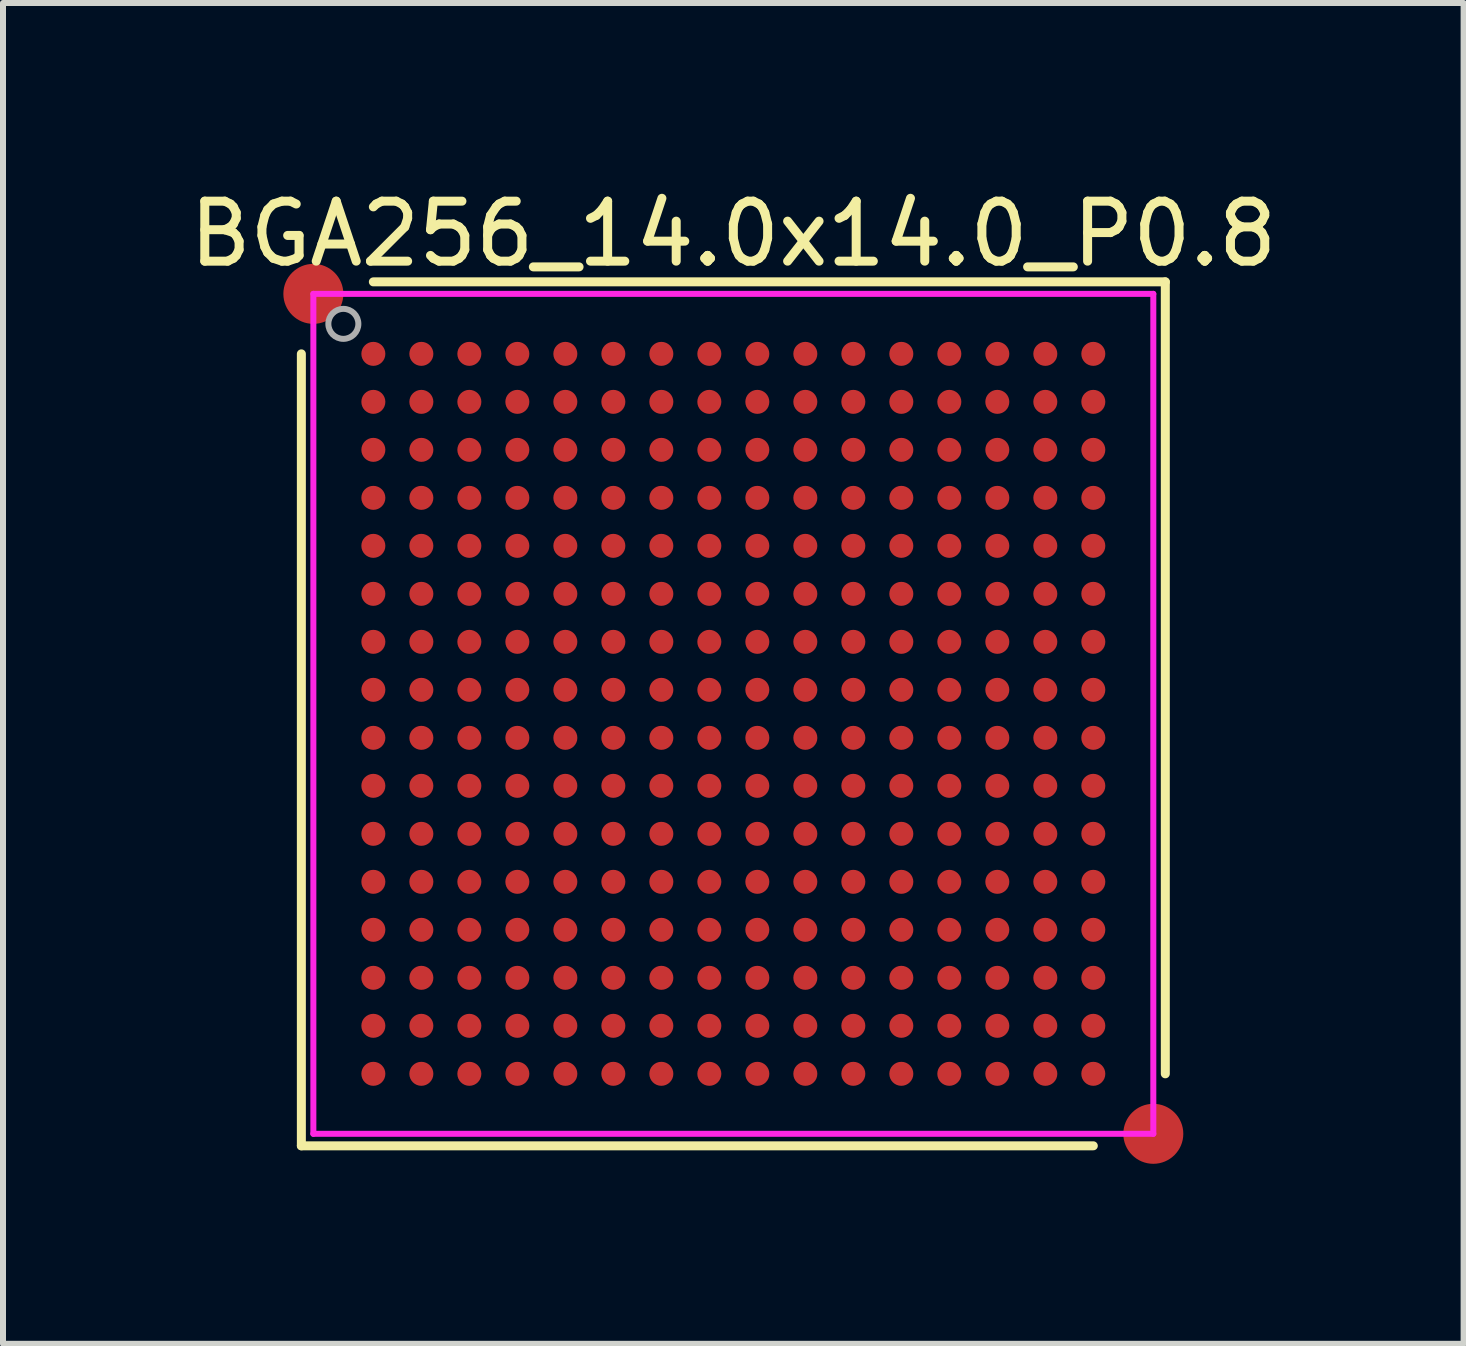
<source format=kicad_pcb>
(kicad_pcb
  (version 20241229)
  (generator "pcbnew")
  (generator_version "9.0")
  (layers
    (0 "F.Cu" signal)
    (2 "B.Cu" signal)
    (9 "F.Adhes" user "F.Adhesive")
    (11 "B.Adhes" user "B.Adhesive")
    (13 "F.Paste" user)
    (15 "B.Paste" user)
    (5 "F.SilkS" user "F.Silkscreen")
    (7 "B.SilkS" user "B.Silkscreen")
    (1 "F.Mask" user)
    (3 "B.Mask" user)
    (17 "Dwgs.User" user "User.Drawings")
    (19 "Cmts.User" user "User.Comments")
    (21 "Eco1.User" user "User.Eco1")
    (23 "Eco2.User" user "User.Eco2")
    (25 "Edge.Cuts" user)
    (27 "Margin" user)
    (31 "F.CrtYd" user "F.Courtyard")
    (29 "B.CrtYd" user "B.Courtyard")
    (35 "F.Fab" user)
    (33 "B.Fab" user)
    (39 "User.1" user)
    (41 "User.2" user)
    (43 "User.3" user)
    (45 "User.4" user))
  (footprint "BGA256_14.0x14.0_P0.8"
    (layer "F.Cu")
    (at 9.173 8.848)
    (property "Reference" "BGA256_14.0x14.0_P0.8" (at 0 -8 0) (layer "F.SilkS") (effects (font (size 1 1) (thickness 0.15))))
    (attr smd)
    (fp_line (start -7.2 7.2) (end -7.2 -6) (stroke (width 0.15) (type solid)) (layer "F.SilkS"))
    (fp_line (start -7.2 7.2) (end 6 7.2) (stroke (width 0.15) (type solid)) (layer "F.SilkS"))
    (fp_line (start -6 -7.2) (end 7.2 -7.2) (stroke (width 0.15) (type solid)) (layer "F.SilkS"))
    (fp_line (start 7.2 -7.2) (end 7.2 6) (stroke (width 0.15) (type solid)) (layer "F.SilkS"))
    (fp_line (start -7 -7) (end -7 7) (stroke (width 0.1) (type solid)) (layer "F.CrtYd"))
    (fp_line (start -7 7) (end 7 7) (stroke (width 0.1) (type solid)) (layer "F.CrtYd"))
    (fp_line (start 7 -7) (end -7 -7) (stroke (width 0.1) (type solid)) (layer "F.CrtYd"))
    (fp_line (start 7 7) (end 7 -7) (stroke (width 0.1) (type solid)) (layer "F.CrtYd"))
    (fp_circle (center -6.5 -6.5) (end -6.25 -6.5) (stroke (width 0.1) (type solid)) (fill no) (layer "F.Fab"))
    (pad "A1" smd circle (at -6 -6) (size 0.4 0.4) (layers "F.Cu" "F.Mask" "F.Paste"))
    (pad "A2" smd circle (at -5.2 -6) (size 0.4 0.4) (layers "F.Cu" "F.Mask" "F.Paste"))
    (pad "A3" smd circle (at -4.4 -6) (size 0.4 0.4) (layers "F.Cu" "F.Mask" "F.Paste"))
    (pad "A4" smd circle (at -3.6 -6) (size 0.4 0.4) (layers "F.Cu" "F.Mask" "F.Paste"))
    (pad "A5" smd circle (at -2.8 -6) (size 0.4 0.4) (layers "F.Cu" "F.Mask" "F.Paste"))
    (pad "A6" smd circle (at -2 -6) (size 0.4 0.4) (layers "F.Cu" "F.Mask" "F.Paste"))
    (pad "A7" smd circle (at -1.2 -6) (size 0.4 0.4) (layers "F.Cu" "F.Mask" "F.Paste"))
    (pad "A8" smd circle (at -0.4 -6) (size 0.4 0.4) (layers "F.Cu" "F.Mask" "F.Paste"))
    (pad "A9" smd circle (at 0.4 -6) (size 0.4 0.4) (layers "F.Cu" "F.Mask" "F.Paste"))
    (pad "A10" smd circle (at 1.2 -6) (size 0.4 0.4) (layers "F.Cu" "F.Mask" "F.Paste"))
    (pad "A11" smd circle (at 2 -6) (size 0.4 0.4) (layers "F.Cu" "F.Mask" "F.Paste"))
    (pad "A12" smd circle (at 2.8 -6) (size 0.4 0.4) (layers "F.Cu" "F.Mask" "F.Paste"))
    (pad "A13" smd circle (at 3.6 -6) (size 0.4 0.4) (layers "F.Cu" "F.Mask" "F.Paste"))
    (pad "A14" smd circle (at 4.4 -6) (size 0.4 0.4) (layers "F.Cu" "F.Mask" "F.Paste"))
    (pad "A15" smd circle (at 5.2 -6) (size 0.4 0.4) (layers "F.Cu" "F.Mask" "F.Paste"))
    (pad "A16" smd circle (at 6 -6) (size 0.4 0.4) (layers "F.Cu" "F.Mask" "F.Paste"))
    (pad "B1" smd circle (at -6 -5.2) (size 0.4 0.4) (layers "F.Cu" "F.Mask" "F.Paste"))
    (pad "B2" smd circle (at -5.2 -5.2) (size 0.4 0.4) (layers "F.Cu" "F.Mask" "F.Paste"))
    (pad "B3" smd circle (at -4.4 -5.2) (size 0.4 0.4) (layers "F.Cu" "F.Mask" "F.Paste"))
    (pad "B4" smd circle (at -3.6 -5.2) (size 0.4 0.4) (layers "F.Cu" "F.Mask" "F.Paste"))
    (pad "B5" smd circle (at -2.8 -5.2) (size 0.4 0.4) (layers "F.Cu" "F.Mask" "F.Paste"))
    (pad "B6" smd circle (at -2 -5.2) (size 0.4 0.4) (layers "F.Cu" "F.Mask" "F.Paste"))
    (pad "B7" smd circle (at -1.2 -5.2) (size 0.4 0.4) (layers "F.Cu" "F.Mask" "F.Paste"))
    (pad "B8" smd circle (at -0.4 -5.2) (size 0.4 0.4) (layers "F.Cu" "F.Mask" "F.Paste"))
    (pad "B9" smd circle (at 0.4 -5.2) (size 0.4 0.4) (layers "F.Cu" "F.Mask" "F.Paste"))
    (pad "B10" smd circle (at 1.2 -5.2) (size 0.4 0.4) (layers "F.Cu" "F.Mask" "F.Paste"))
    (pad "B11" smd circle (at 2 -5.2) (size 0.4 0.4) (layers "F.Cu" "F.Mask" "F.Paste"))
    (pad "B12" smd circle (at 2.8 -5.2) (size 0.4 0.4) (layers "F.Cu" "F.Mask" "F.Paste"))
    (pad "B13" smd circle (at 3.6 -5.2) (size 0.4 0.4) (layers "F.Cu" "F.Mask" "F.Paste"))
    (pad "B14" smd circle (at 4.4 -5.2) (size 0.4 0.4) (layers "F.Cu" "F.Mask" "F.Paste"))
    (pad "B15" smd circle (at 5.2 -5.2) (size 0.4 0.4) (layers "F.Cu" "F.Mask" "F.Paste"))
    (pad "B16" smd circle (at 6 -5.2) (size 0.4 0.4) (layers "F.Cu" "F.Mask" "F.Paste"))
    (pad "C1" smd circle (at -6 -4.4) (size 0.4 0.4) (layers "F.Cu" "F.Mask" "F.Paste"))
    (pad "C2" smd circle (at -5.2 -4.4) (size 0.4 0.4) (layers "F.Cu" "F.Mask" "F.Paste"))
    (pad "C3" smd circle (at -4.4 -4.4) (size 0.4 0.4) (layers "F.Cu" "F.Mask" "F.Paste"))
    (pad "C4" smd circle (at -3.6 -4.4) (size 0.4 0.4) (layers "F.Cu" "F.Mask" "F.Paste"))
    (pad "C5" smd circle (at -2.8 -4.4) (size 0.4 0.4) (layers "F.Cu" "F.Mask" "F.Paste"))
    (pad "C6" smd circle (at -2 -4.4) (size 0.4 0.4) (layers "F.Cu" "F.Mask" "F.Paste"))
    (pad "C7" smd circle (at -1.2 -4.4) (size 0.4 0.4) (layers "F.Cu" "F.Mask" "F.Paste"))
    (pad "C8" smd circle (at -0.4 -4.4) (size 0.4 0.4) (layers "F.Cu" "F.Mask" "F.Paste"))
    (pad "C9" smd circle (at 0.4 -4.4) (size 0.4 0.4) (layers "F.Cu" "F.Mask" "F.Paste"))
    (pad "C10" smd circle (at 1.2 -4.4) (size 0.4 0.4) (layers "F.Cu" "F.Mask" "F.Paste"))
    (pad "C11" smd circle (at 2 -4.4) (size 0.4 0.4) (layers "F.Cu" "F.Mask" "F.Paste"))
    (pad "C12" smd circle (at 2.8 -4.4) (size 0.4 0.4) (layers "F.Cu" "F.Mask" "F.Paste"))
    (pad "C13" smd circle (at 3.6 -4.4) (size 0.4 0.4) (layers "F.Cu" "F.Mask" "F.Paste"))
    (pad "C14" smd circle (at 4.4 -4.4) (size 0.4 0.4) (layers "F.Cu" "F.Mask" "F.Paste"))
    (pad "C15" smd circle (at 5.2 -4.4) (size 0.4 0.4) (layers "F.Cu" "F.Mask" "F.Paste"))
    (pad "C16" smd circle (at 6 -4.4) (size 0.4 0.4) (layers "F.Cu" "F.Mask" "F.Paste"))
    (pad "D1" smd circle (at -6 -3.6) (size 0.4 0.4) (layers "F.Cu" "F.Mask" "F.Paste"))
    (pad "D2" smd circle (at -5.2 -3.6) (size 0.4 0.4) (layers "F.Cu" "F.Mask" "F.Paste"))
    (pad "D3" smd circle (at -4.4 -3.6) (size 0.4 0.4) (layers "F.Cu" "F.Mask" "F.Paste"))
    (pad "D4" smd circle (at -3.6 -3.6) (size 0.4 0.4) (layers "F.Cu" "F.Mask" "F.Paste"))
    (pad "D5" smd circle (at -2.8 -3.6) (size 0.4 0.4) (layers "F.Cu" "F.Mask" "F.Paste"))
    (pad "D6" smd circle (at -2 -3.6) (size 0.4 0.4) (layers "F.Cu" "F.Mask" "F.Paste"))
    (pad "D7" smd circle (at -1.2 -3.6) (size 0.4 0.4) (layers "F.Cu" "F.Mask" "F.Paste"))
    (pad "D8" smd circle (at -0.4 -3.6) (size 0.4 0.4) (layers "F.Cu" "F.Mask" "F.Paste"))
    (pad "D9" smd circle (at 0.4 -3.6) (size 0.4 0.4) (layers "F.Cu" "F.Mask" "F.Paste"))
    (pad "D10" smd circle (at 1.2 -3.6) (size 0.4 0.4) (layers "F.Cu" "F.Mask" "F.Paste"))
    (pad "D11" smd circle (at 2 -3.6) (size 0.4 0.4) (layers "F.Cu" "F.Mask" "F.Paste"))
    (pad "D12" smd circle (at 2.8 -3.6) (size 0.4 0.4) (layers "F.Cu" "F.Mask" "F.Paste"))
    (pad "D13" smd circle (at 3.6 -3.6) (size 0.4 0.4) (layers "F.Cu" "F.Mask" "F.Paste"))
    (pad "D14" smd circle (at 4.4 -3.6) (size 0.4 0.4) (layers "F.Cu" "F.Mask" "F.Paste"))
    (pad "D15" smd circle (at 5.2 -3.6) (size 0.4 0.4) (layers "F.Cu" "F.Mask" "F.Paste"))
    (pad "D16" smd circle (at 6 -3.6) (size 0.4 0.4) (layers "F.Cu" "F.Mask" "F.Paste"))
    (pad "E1" smd circle (at -6 -2.8) (size 0.4 0.4) (layers "F.Cu" "F.Mask" "F.Paste"))
    (pad "E2" smd circle (at -5.2 -2.8) (size 0.4 0.4) (layers "F.Cu" "F.Mask" "F.Paste"))
    (pad "E3" smd circle (at -4.4 -2.8) (size 0.4 0.4) (layers "F.Cu" "F.Mask" "F.Paste"))
    (pad "E4" smd circle (at -3.6 -2.8) (size 0.4 0.4) (layers "F.Cu" "F.Mask" "F.Paste"))
    (pad "E5" smd circle (at -2.8 -2.8) (size 0.4 0.4) (layers "F.Cu" "F.Mask" "F.Paste"))
    (pad "E6" smd circle (at -2 -2.8) (size 0.4 0.4) (layers "F.Cu" "F.Mask" "F.Paste"))
    (pad "E7" smd circle (at -1.2 -2.8) (size 0.4 0.4) (layers "F.Cu" "F.Mask" "F.Paste"))
    (pad "E8" smd circle (at -0.4 -2.8) (size 0.4 0.4) (layers "F.Cu" "F.Mask" "F.Paste"))
    (pad "E9" smd circle (at 0.4 -2.8) (size 0.4 0.4) (layers "F.Cu" "F.Mask" "F.Paste"))
    (pad "E10" smd circle (at 1.2 -2.8) (size 0.4 0.4) (layers "F.Cu" "F.Mask" "F.Paste"))
    (pad "E11" smd circle (at 2 -2.8) (size 0.4 0.4) (layers "F.Cu" "F.Mask" "F.Paste"))
    (pad "E12" smd circle (at 2.8 -2.8) (size 0.4 0.4) (layers "F.Cu" "F.Mask" "F.Paste"))
    (pad "E13" smd circle (at 3.6 -2.8) (size 0.4 0.4) (layers "F.Cu" "F.Mask" "F.Paste"))
    (pad "E14" smd circle (at 4.4 -2.8) (size 0.4 0.4) (layers "F.Cu" "F.Mask" "F.Paste"))
    (pad "E15" smd circle (at 5.2 -2.8) (size 0.4 0.4) (layers "F.Cu" "F.Mask" "F.Paste"))
    (pad "E16" smd circle (at 6 -2.8) (size 0.4 0.4) (layers "F.Cu" "F.Mask" "F.Paste"))
    (pad "F1" smd circle (at -6 -2) (size 0.4 0.4) (layers "F.Cu" "F.Mask" "F.Paste"))
    (pad "F2" smd circle (at -5.2 -2) (size 0.4 0.4) (layers "F.Cu" "F.Mask" "F.Paste"))
    (pad "F3" smd circle (at -4.4 -2) (size 0.4 0.4) (layers "F.Cu" "F.Mask" "F.Paste"))
    (pad "F4" smd circle (at -3.6 -2) (size 0.4 0.4) (layers "F.Cu" "F.Mask" "F.Paste"))
    (pad "F5" smd circle (at -2.8 -2) (size 0.4 0.4) (layers "F.Cu" "F.Mask" "F.Paste"))
    (pad "F6" smd circle (at -2 -2) (size 0.4 0.4) (layers "F.Cu" "F.Mask" "F.Paste"))
    (pad "F7" smd circle (at -1.2 -2) (size 0.4 0.4) (layers "F.Cu" "F.Mask" "F.Paste"))
    (pad "F8" smd circle (at -0.4 -2) (size 0.4 0.4) (layers "F.Cu" "F.Mask" "F.Paste"))
    (pad "F9" smd circle (at 0.4 -2) (size 0.4 0.4) (layers "F.Cu" "F.Mask" "F.Paste"))
    (pad "F10" smd circle (at 1.2 -2) (size 0.4 0.4) (layers "F.Cu" "F.Mask" "F.Paste"))
    (pad "F11" smd circle (at 2 -2) (size 0.4 0.4) (layers "F.Cu" "F.Mask" "F.Paste"))
    (pad "F12" smd circle (at 2.8 -2) (size 0.4 0.4) (layers "F.Cu" "F.Mask" "F.Paste"))
    (pad "F13" smd circle (at 3.6 -2) (size 0.4 0.4) (layers "F.Cu" "F.Mask" "F.Paste"))
    (pad "F14" smd circle (at 4.4 -2) (size 0.4 0.4) (layers "F.Cu" "F.Mask" "F.Paste"))
    (pad "F15" smd circle (at 5.2 -2) (size 0.4 0.4) (layers "F.Cu" "F.Mask" "F.Paste"))
    (pad "F16" smd circle (at 6 -2) (size 0.4 0.4) (layers "F.Cu" "F.Mask" "F.Paste"))
    (pad "G1" smd circle (at -6 -1.2) (size 0.4 0.4) (layers "F.Cu" "F.Mask" "F.Paste"))
    (pad "G2" smd circle (at -5.2 -1.2) (size 0.4 0.4) (layers "F.Cu" "F.Mask" "F.Paste"))
    (pad "G3" smd circle (at -4.4 -1.2) (size 0.4 0.4) (layers "F.Cu" "F.Mask" "F.Paste"))
    (pad "G4" smd circle (at -3.6 -1.2) (size 0.4 0.4) (layers "F.Cu" "F.Mask" "F.Paste"))
    (pad "G5" smd circle (at -2.8 -1.2) (size 0.4 0.4) (layers "F.Cu" "F.Mask" "F.Paste"))
    (pad "G6" smd circle (at -2 -1.2) (size 0.4 0.4) (layers "F.Cu" "F.Mask" "F.Paste"))
    (pad "G7" smd circle (at -1.2 -1.2) (size 0.4 0.4) (layers "F.Cu" "F.Mask" "F.Paste"))
    (pad "G8" smd circle (at -0.4 -1.2) (size 0.4 0.4) (layers "F.Cu" "F.Mask" "F.Paste"))
    (pad "G9" smd circle (at 0.4 -1.2) (size 0.4 0.4) (layers "F.Cu" "F.Mask" "F.Paste"))
    (pad "G10" smd circle (at 1.2 -1.2) (size 0.4 0.4) (layers "F.Cu" "F.Mask" "F.Paste"))
    (pad "G11" smd circle (at 2 -1.2) (size 0.4 0.4) (layers "F.Cu" "F.Mask" "F.Paste"))
    (pad "G12" smd circle (at 2.8 -1.2) (size 0.4 0.4) (layers "F.Cu" "F.Mask" "F.Paste"))
    (pad "G13" smd circle (at 3.6 -1.2) (size 0.4 0.4) (layers "F.Cu" "F.Mask" "F.Paste"))
    (pad "G14" smd circle (at 4.4 -1.2) (size 0.4 0.4) (layers "F.Cu" "F.Mask" "F.Paste"))
    (pad "G15" smd circle (at 5.2 -1.2) (size 0.4 0.4) (layers "F.Cu" "F.Mask" "F.Paste"))
    (pad "G16" smd circle (at 6 -1.2) (size 0.4 0.4) (layers "F.Cu" "F.Mask" "F.Paste"))
    (pad "H1" smd circle (at -6 -0.4) (size 0.4 0.4) (layers "F.Cu" "F.Mask" "F.Paste"))
    (pad "H2" smd circle (at -5.2 -0.4) (size 0.4 0.4) (layers "F.Cu" "F.Mask" "F.Paste"))
    (pad "H3" smd circle (at -4.4 -0.4) (size 0.4 0.4) (layers "F.Cu" "F.Mask" "F.Paste"))
    (pad "H4" smd circle (at -3.6 -0.4) (size 0.4 0.4) (layers "F.Cu" "F.Mask" "F.Paste"))
    (pad "H5" smd circle (at -2.8 -0.4) (size 0.4 0.4) (layers "F.Cu" "F.Mask" "F.Paste"))
    (pad "H6" smd circle (at -2 -0.4) (size 0.4 0.4) (layers "F.Cu" "F.Mask" "F.Paste"))
    (pad "H7" smd circle (at -1.2 -0.4) (size 0.4 0.4) (layers "F.Cu" "F.Mask" "F.Paste"))
    (pad "H8" smd circle (at -0.4 -0.4) (size 0.4 0.4) (layers "F.Cu" "F.Mask" "F.Paste"))
    (pad "H9" smd circle (at 0.4 -0.4) (size 0.4 0.4) (layers "F.Cu" "F.Mask" "F.Paste"))
    (pad "H10" smd circle (at 1.2 -0.4) (size 0.4 0.4) (layers "F.Cu" "F.Mask" "F.Paste"))
    (pad "H11" smd circle (at 2 -0.4) (size 0.4 0.4) (layers "F.Cu" "F.Mask" "F.Paste"))
    (pad "H12" smd circle (at 2.8 -0.4) (size 0.4 0.4) (layers "F.Cu" "F.Mask" "F.Paste"))
    (pad "H13" smd circle (at 3.6 -0.4) (size 0.4 0.4) (layers "F.Cu" "F.Mask" "F.Paste"))
    (pad "H14" smd circle (at 4.4 -0.4) (size 0.4 0.4) (layers "F.Cu" "F.Mask" "F.Paste"))
    (pad "H15" smd circle (at 5.2 -0.4) (size 0.4 0.4) (layers "F.Cu" "F.Mask" "F.Paste"))
    (pad "H16" smd circle (at 6 -0.4) (size 0.4 0.4) (layers "F.Cu" "F.Mask" "F.Paste"))
    (pad "J1" smd circle (at -6 0.4) (size 0.4 0.4) (layers "F.Cu" "F.Mask" "F.Paste"))
    (pad "J2" smd circle (at -5.2 0.4) (size 0.4 0.4) (layers "F.Cu" "F.Mask" "F.Paste"))
    (pad "J3" smd circle (at -4.4 0.4) (size 0.4 0.4) (layers "F.Cu" "F.Mask" "F.Paste"))
    (pad "J4" smd circle (at -3.6 0.4) (size 0.4 0.4) (layers "F.Cu" "F.Mask" "F.Paste"))
    (pad "J5" smd circle (at -2.8 0.4) (size 0.4 0.4) (layers "F.Cu" "F.Mask" "F.Paste"))
    (pad "J6" smd circle (at -2 0.4) (size 0.4 0.4) (layers "F.Cu" "F.Mask" "F.Paste"))
    (pad "J7" smd circle (at -1.2 0.4) (size 0.4 0.4) (layers "F.Cu" "F.Mask" "F.Paste"))
    (pad "J8" smd circle (at -0.4 0.4) (size 0.4 0.4) (layers "F.Cu" "F.Mask" "F.Paste"))
    (pad "J9" smd circle (at 0.4 0.4) (size 0.4 0.4) (layers "F.Cu" "F.Mask" "F.Paste"))
    (pad "J10" smd circle (at 1.2 0.4) (size 0.4 0.4) (layers "F.Cu" "F.Mask" "F.Paste"))
    (pad "J11" smd circle (at 2 0.4) (size 0.4 0.4) (layers "F.Cu" "F.Mask" "F.Paste"))
    (pad "J12" smd circle (at 2.8 0.4) (size 0.4 0.4) (layers "F.Cu" "F.Mask" "F.Paste"))
    (pad "J13" smd circle (at 3.6 0.4) (size 0.4 0.4) (layers "F.Cu" "F.Mask" "F.Paste"))
    (pad "J14" smd circle (at 4.4 0.4) (size 0.4 0.4) (layers "F.Cu" "F.Mask" "F.Paste"))
    (pad "J15" smd circle (at 5.2 0.4) (size 0.4 0.4) (layers "F.Cu" "F.Mask" "F.Paste"))
    (pad "J16" smd circle (at 6 0.4) (size 0.4 0.4) (layers "F.Cu" "F.Mask" "F.Paste"))
    (pad "K1" smd circle (at -6 1.2) (size 0.4 0.4) (layers "F.Cu" "F.Mask" "F.Paste"))
    (pad "K2" smd circle (at -5.2 1.2) (size 0.4 0.4) (layers "F.Cu" "F.Mask" "F.Paste"))
    (pad "K3" smd circle (at -4.4 1.2) (size 0.4 0.4) (layers "F.Cu" "F.Mask" "F.Paste"))
    (pad "K4" smd circle (at -3.6 1.2) (size 0.4 0.4) (layers "F.Cu" "F.Mask" "F.Paste"))
    (pad "K5" smd circle (at -2.8 1.2) (size 0.4 0.4) (layers "F.Cu" "F.Mask" "F.Paste"))
    (pad "K6" smd circle (at -2 1.2) (size 0.4 0.4) (layers "F.Cu" "F.Mask" "F.Paste"))
    (pad "K7" smd circle (at -1.2 1.2) (size 0.4 0.4) (layers "F.Cu" "F.Mask" "F.Paste"))
    (pad "K8" smd circle (at -0.4 1.2) (size 0.4 0.4) (layers "F.Cu" "F.Mask" "F.Paste"))
    (pad "K9" smd circle (at 0.4 1.2) (size 0.4 0.4) (layers "F.Cu" "F.Mask" "F.Paste"))
    (pad "K10" smd circle (at 1.2 1.2) (size 0.4 0.4) (layers "F.Cu" "F.Mask" "F.Paste"))
    (pad "K11" smd circle (at 2 1.2) (size 0.4 0.4) (layers "F.Cu" "F.Mask" "F.Paste"))
    (pad "K12" smd circle (at 2.8 1.2) (size 0.4 0.4) (layers "F.Cu" "F.Mask" "F.Paste"))
    (pad "K13" smd circle (at 3.6 1.2) (size 0.4 0.4) (layers "F.Cu" "F.Mask" "F.Paste"))
    (pad "K14" smd circle (at 4.4 1.2) (size 0.4 0.4) (layers "F.Cu" "F.Mask" "F.Paste"))
    (pad "K15" smd circle (at 5.2 1.2) (size 0.4 0.4) (layers "F.Cu" "F.Mask" "F.Paste"))
    (pad "K16" smd circle (at 6 1.2) (size 0.4 0.4) (layers "F.Cu" "F.Mask" "F.Paste"))
    (pad "L1" smd circle (at -6 2) (size 0.4 0.4) (layers "F.Cu" "F.Mask" "F.Paste"))
    (pad "L2" smd circle (at -5.2 2) (size 0.4 0.4) (layers "F.Cu" "F.Mask" "F.Paste"))
    (pad "L3" smd circle (at -4.4 2) (size 0.4 0.4) (layers "F.Cu" "F.Mask" "F.Paste"))
    (pad "L4" smd circle (at -3.6 2) (size 0.4 0.4) (layers "F.Cu" "F.Mask" "F.Paste"))
    (pad "L5" smd circle (at -2.8 2) (size 0.4 0.4) (layers "F.Cu" "F.Mask" "F.Paste"))
    (pad "L6" smd circle (at -2 2) (size 0.4 0.4) (layers "F.Cu" "F.Mask" "F.Paste"))
    (pad "L7" smd circle (at -1.2 2) (size 0.4 0.4) (layers "F.Cu" "F.Mask" "F.Paste"))
    (pad "L8" smd circle (at -0.4 2) (size 0.4 0.4) (layers "F.Cu" "F.Mask" "F.Paste"))
    (pad "L9" smd circle (at 0.4 2) (size 0.4 0.4) (layers "F.Cu" "F.Mask" "F.Paste"))
    (pad "L10" smd circle (at 1.2 2) (size 0.4 0.4) (layers "F.Cu" "F.Mask" "F.Paste"))
    (pad "L11" smd circle (at 2 2) (size 0.4 0.4) (layers "F.Cu" "F.Mask" "F.Paste"))
    (pad "L12" smd circle (at 2.8 2) (size 0.4 0.4) (layers "F.Cu" "F.Mask" "F.Paste"))
    (pad "L13" smd circle (at 3.6 2) (size 0.4 0.4) (layers "F.Cu" "F.Mask" "F.Paste"))
    (pad "L14" smd circle (at 4.4 2) (size 0.4 0.4) (layers "F.Cu" "F.Mask" "F.Paste"))
    (pad "L15" smd circle (at 5.2 2) (size 0.4 0.4) (layers "F.Cu" "F.Mask" "F.Paste"))
    (pad "L16" smd circle (at 6 2) (size 0.4 0.4) (layers "F.Cu" "F.Mask" "F.Paste"))
    (pad "M" smd circle (at -7 -7) (size 1 1) (layers "F.Cu" "F.Mask"))
    (pad "M" smd circle (at 7 7) (size 1 1) (layers "F.Cu" "F.Mask"))
    (pad "M1" smd circle (at -6 2.8) (size 0.4 0.4) (layers "F.Cu" "F.Mask" "F.Paste"))
    (pad "M2" smd circle (at -5.2 2.8) (size 0.4 0.4) (layers "F.Cu" "F.Mask" "F.Paste"))
    (pad "M3" smd circle (at -4.4 2.8) (size 0.4 0.4) (layers "F.Cu" "F.Mask" "F.Paste"))
    (pad "M4" smd circle (at -3.6 2.8) (size 0.4 0.4) (layers "F.Cu" "F.Mask" "F.Paste"))
    (pad "M5" smd circle (at -2.8 2.8) (size 0.4 0.4) (layers "F.Cu" "F.Mask" "F.Paste"))
    (pad "M6" smd circle (at -2 2.8) (size 0.4 0.4) (layers "F.Cu" "F.Mask" "F.Paste"))
    (pad "M7" smd circle (at -1.2 2.8) (size 0.4 0.4) (layers "F.Cu" "F.Mask" "F.Paste"))
    (pad "M8" smd circle (at -0.4 2.8) (size 0.4 0.4) (layers "F.Cu" "F.Mask" "F.Paste"))
    (pad "M9" smd circle (at 0.4 2.8) (size 0.4 0.4) (layers "F.Cu" "F.Mask" "F.Paste"))
    (pad "M10" smd circle (at 1.2 2.8) (size 0.4 0.4) (layers "F.Cu" "F.Mask" "F.Paste"))
    (pad "M11" smd circle (at 2 2.8) (size 0.4 0.4) (layers "F.Cu" "F.Mask" "F.Paste"))
    (pad "M12" smd circle (at 2.8 2.8) (size 0.4 0.4) (layers "F.Cu" "F.Mask" "F.Paste"))
    (pad "M13" smd circle (at 3.6 2.8) (size 0.4 0.4) (layers "F.Cu" "F.Mask" "F.Paste"))
    (pad "M14" smd circle (at 4.4 2.8) (size 0.4 0.4) (layers "F.Cu" "F.Mask" "F.Paste"))
    (pad "M15" smd circle (at 5.2 2.8) (size 0.4 0.4) (layers "F.Cu" "F.Mask" "F.Paste"))
    (pad "M16" smd circle (at 6 2.8) (size 0.4 0.4) (layers "F.Cu" "F.Mask" "F.Paste"))
    (pad "N1" smd circle (at -6 3.6) (size 0.4 0.4) (layers "F.Cu" "F.Mask" "F.Paste"))
    (pad "N2" smd circle (at -5.2 3.6) (size 0.4 0.4) (layers "F.Cu" "F.Mask" "F.Paste"))
    (pad "N3" smd circle (at -4.4 3.6) (size 0.4 0.4) (layers "F.Cu" "F.Mask" "F.Paste"))
    (pad "N4" smd circle (at -3.6 3.6) (size 0.4 0.4) (layers "F.Cu" "F.Mask" "F.Paste"))
    (pad "N5" smd circle (at -2.8 3.6) (size 0.4 0.4) (layers "F.Cu" "F.Mask" "F.Paste"))
    (pad "N6" smd circle (at -2 3.6) (size 0.4 0.4) (layers "F.Cu" "F.Mask" "F.Paste"))
    (pad "N7" smd circle (at -1.2 3.6) (size 0.4 0.4) (layers "F.Cu" "F.Mask" "F.Paste"))
    (pad "N8" smd circle (at -0.4 3.6) (size 0.4 0.4) (layers "F.Cu" "F.Mask" "F.Paste"))
    (pad "N9" smd circle (at 0.4 3.6) (size 0.4 0.4) (layers "F.Cu" "F.Mask" "F.Paste"))
    (pad "N10" smd circle (at 1.2 3.6) (size 0.4 0.4) (layers "F.Cu" "F.Mask" "F.Paste"))
    (pad "N11" smd circle (at 2 3.6) (size 0.4 0.4) (layers "F.Cu" "F.Mask" "F.Paste"))
    (pad "N12" smd circle (at 2.8 3.6) (size 0.4 0.4) (layers "F.Cu" "F.Mask" "F.Paste"))
    (pad "N13" smd circle (at 3.6 3.6) (size 0.4 0.4) (layers "F.Cu" "F.Mask" "F.Paste"))
    (pad "N14" smd circle (at 4.4 3.6) (size 0.4 0.4) (layers "F.Cu" "F.Mask" "F.Paste"))
    (pad "N15" smd circle (at 5.2 3.6) (size 0.4 0.4) (layers "F.Cu" "F.Mask" "F.Paste"))
    (pad "N16" smd circle (at 6 3.6) (size 0.4 0.4) (layers "F.Cu" "F.Mask" "F.Paste"))
    (pad "P1" smd circle (at -6 4.4) (size 0.4 0.4) (layers "F.Cu" "F.Mask" "F.Paste"))
    (pad "P2" smd circle (at -5.2 4.4) (size 0.4 0.4) (layers "F.Cu" "F.Mask" "F.Paste"))
    (pad "P3" smd circle (at -4.4 4.4) (size 0.4 0.4) (layers "F.Cu" "F.Mask" "F.Paste"))
    (pad "P4" smd circle (at -3.6 4.4) (size 0.4 0.4) (layers "F.Cu" "F.Mask" "F.Paste"))
    (pad "P5" smd circle (at -2.8 4.4) (size 0.4 0.4) (layers "F.Cu" "F.Mask" "F.Paste"))
    (pad "P6" smd circle (at -2 4.4) (size 0.4 0.4) (layers "F.Cu" "F.Mask" "F.Paste"))
    (pad "P7" smd circle (at -1.2 4.4) (size 0.4 0.4) (layers "F.Cu" "F.Mask" "F.Paste"))
    (pad "P8" smd circle (at -0.4 4.4) (size 0.4 0.4) (layers "F.Cu" "F.Mask" "F.Paste"))
    (pad "P9" smd circle (at 0.4 4.4) (size 0.4 0.4) (layers "F.Cu" "F.Mask" "F.Paste"))
    (pad "P10" smd circle (at 1.2 4.4) (size 0.4 0.4) (layers "F.Cu" "F.Mask" "F.Paste"))
    (pad "P11" smd circle (at 2 4.4) (size 0.4 0.4) (layers "F.Cu" "F.Mask" "F.Paste"))
    (pad "P12" smd circle (at 2.8 4.4) (size 0.4 0.4) (layers "F.Cu" "F.Mask" "F.Paste"))
    (pad "P13" smd circle (at 3.6 4.4) (size 0.4 0.4) (layers "F.Cu" "F.Mask" "F.Paste"))
    (pad "P14" smd circle (at 4.4 4.4) (size 0.4 0.4) (layers "F.Cu" "F.Mask" "F.Paste"))
    (pad "P15" smd circle (at 5.2 4.4) (size 0.4 0.4) (layers "F.Cu" "F.Mask" "F.Paste"))
    (pad "P16" smd circle (at 6 4.4) (size 0.4 0.4) (layers "F.Cu" "F.Mask" "F.Paste"))
    (pad "R1" smd circle (at -6 5.2) (size 0.4 0.4) (layers "F.Cu" "F.Mask" "F.Paste"))
    (pad "R2" smd circle (at -5.2 5.2) (size 0.4 0.4) (layers "F.Cu" "F.Mask" "F.Paste"))
    (pad "R3" smd circle (at -4.4 5.2) (size 0.4 0.4) (layers "F.Cu" "F.Mask" "F.Paste"))
    (pad "R4" smd circle (at -3.6 5.2) (size 0.4 0.4) (layers "F.Cu" "F.Mask" "F.Paste"))
    (pad "R5" smd circle (at -2.8 5.2) (size 0.4 0.4) (layers "F.Cu" "F.Mask" "F.Paste"))
    (pad "R6" smd circle (at -2 5.2) (size 0.4 0.4) (layers "F.Cu" "F.Mask" "F.Paste"))
    (pad "R7" smd circle (at -1.2 5.2) (size 0.4 0.4) (layers "F.Cu" "F.Mask" "F.Paste"))
    (pad "R8" smd circle (at -0.4 5.2) (size 0.4 0.4) (layers "F.Cu" "F.Mask" "F.Paste"))
    (pad "R9" smd circle (at 0.4 5.2) (size 0.4 0.4) (layers "F.Cu" "F.Mask" "F.Paste"))
    (pad "R10" smd circle (at 1.2 5.2) (size 0.4 0.4) (layers "F.Cu" "F.Mask" "F.Paste"))
    (pad "R11" smd circle (at 2 5.2) (size 0.4 0.4) (layers "F.Cu" "F.Mask" "F.Paste"))
    (pad "R12" smd circle (at 2.8 5.2) (size 0.4 0.4) (layers "F.Cu" "F.Mask" "F.Paste"))
    (pad "R13" smd circle (at 3.6 5.2) (size 0.4 0.4) (layers "F.Cu" "F.Mask" "F.Paste"))
    (pad "R14" smd circle (at 4.4 5.2) (size 0.4 0.4) (layers "F.Cu" "F.Mask" "F.Paste"))
    (pad "R15" smd circle (at 5.2 5.2) (size 0.4 0.4) (layers "F.Cu" "F.Mask" "F.Paste"))
    (pad "R16" smd circle (at 6 5.2) (size 0.4 0.4) (layers "F.Cu" "F.Mask" "F.Paste"))
    (pad "T1" smd circle (at -6 6) (size 0.4 0.4) (layers "F.Cu" "F.Mask" "F.Paste"))
    (pad "T2" smd circle (at -5.2 6) (size 0.4 0.4) (layers "F.Cu" "F.Mask" "F.Paste"))
    (pad "T3" smd circle (at -4.4 6) (size 0.4 0.4) (layers "F.Cu" "F.Mask" "F.Paste"))
    (pad "T4" smd circle (at -3.6 6) (size 0.4 0.4) (layers "F.Cu" "F.Mask" "F.Paste"))
    (pad "T5" smd circle (at -2.8 6) (size 0.4 0.4) (layers "F.Cu" "F.Mask" "F.Paste"))
    (pad "T6" smd circle (at -2 6) (size 0.4 0.4) (layers "F.Cu" "F.Mask" "F.Paste"))
    (pad "T7" smd circle (at -1.2 6) (size 0.4 0.4) (layers "F.Cu" "F.Mask" "F.Paste"))
    (pad "T8" smd circle (at -0.4 6) (size 0.4 0.4) (layers "F.Cu" "F.Mask" "F.Paste"))
    (pad "T9" smd circle (at 0.4 6) (size 0.4 0.4) (layers "F.Cu" "F.Mask" "F.Paste"))
    (pad "T10" smd circle (at 1.2 6) (size 0.4 0.4) (layers "F.Cu" "F.Mask" "F.Paste"))
    (pad "T11" smd circle (at 2 6) (size 0.4 0.4) (layers "F.Cu" "F.Mask" "F.Paste"))
    (pad "T12" smd circle (at 2.8 6) (size 0.4 0.4) (layers "F.Cu" "F.Mask" "F.Paste"))
    (pad "T13" smd circle (at 3.6 6) (size 0.4 0.4) (layers "F.Cu" "F.Mask" "F.Paste"))
    (pad "T14" smd circle (at 4.4 6) (size 0.4 0.4) (layers "F.Cu" "F.Mask" "F.Paste"))
    (pad "T15" smd circle (at 5.2 6) (size 0.4 0.4) (layers "F.Cu" "F.Mask" "F.Paste"))
    (pad "T16" smd circle (at 6 6) (size 0.4 0.4) (layers "F.Cu" "F.Mask" "F.Paste")))
  (gr_rect
    (start -3 -3)
    (end 21.345 19.348)
    (stroke (width 0.1) (type default))
    (fill no)
    (layer "Edge.Cuts")))
</source>
